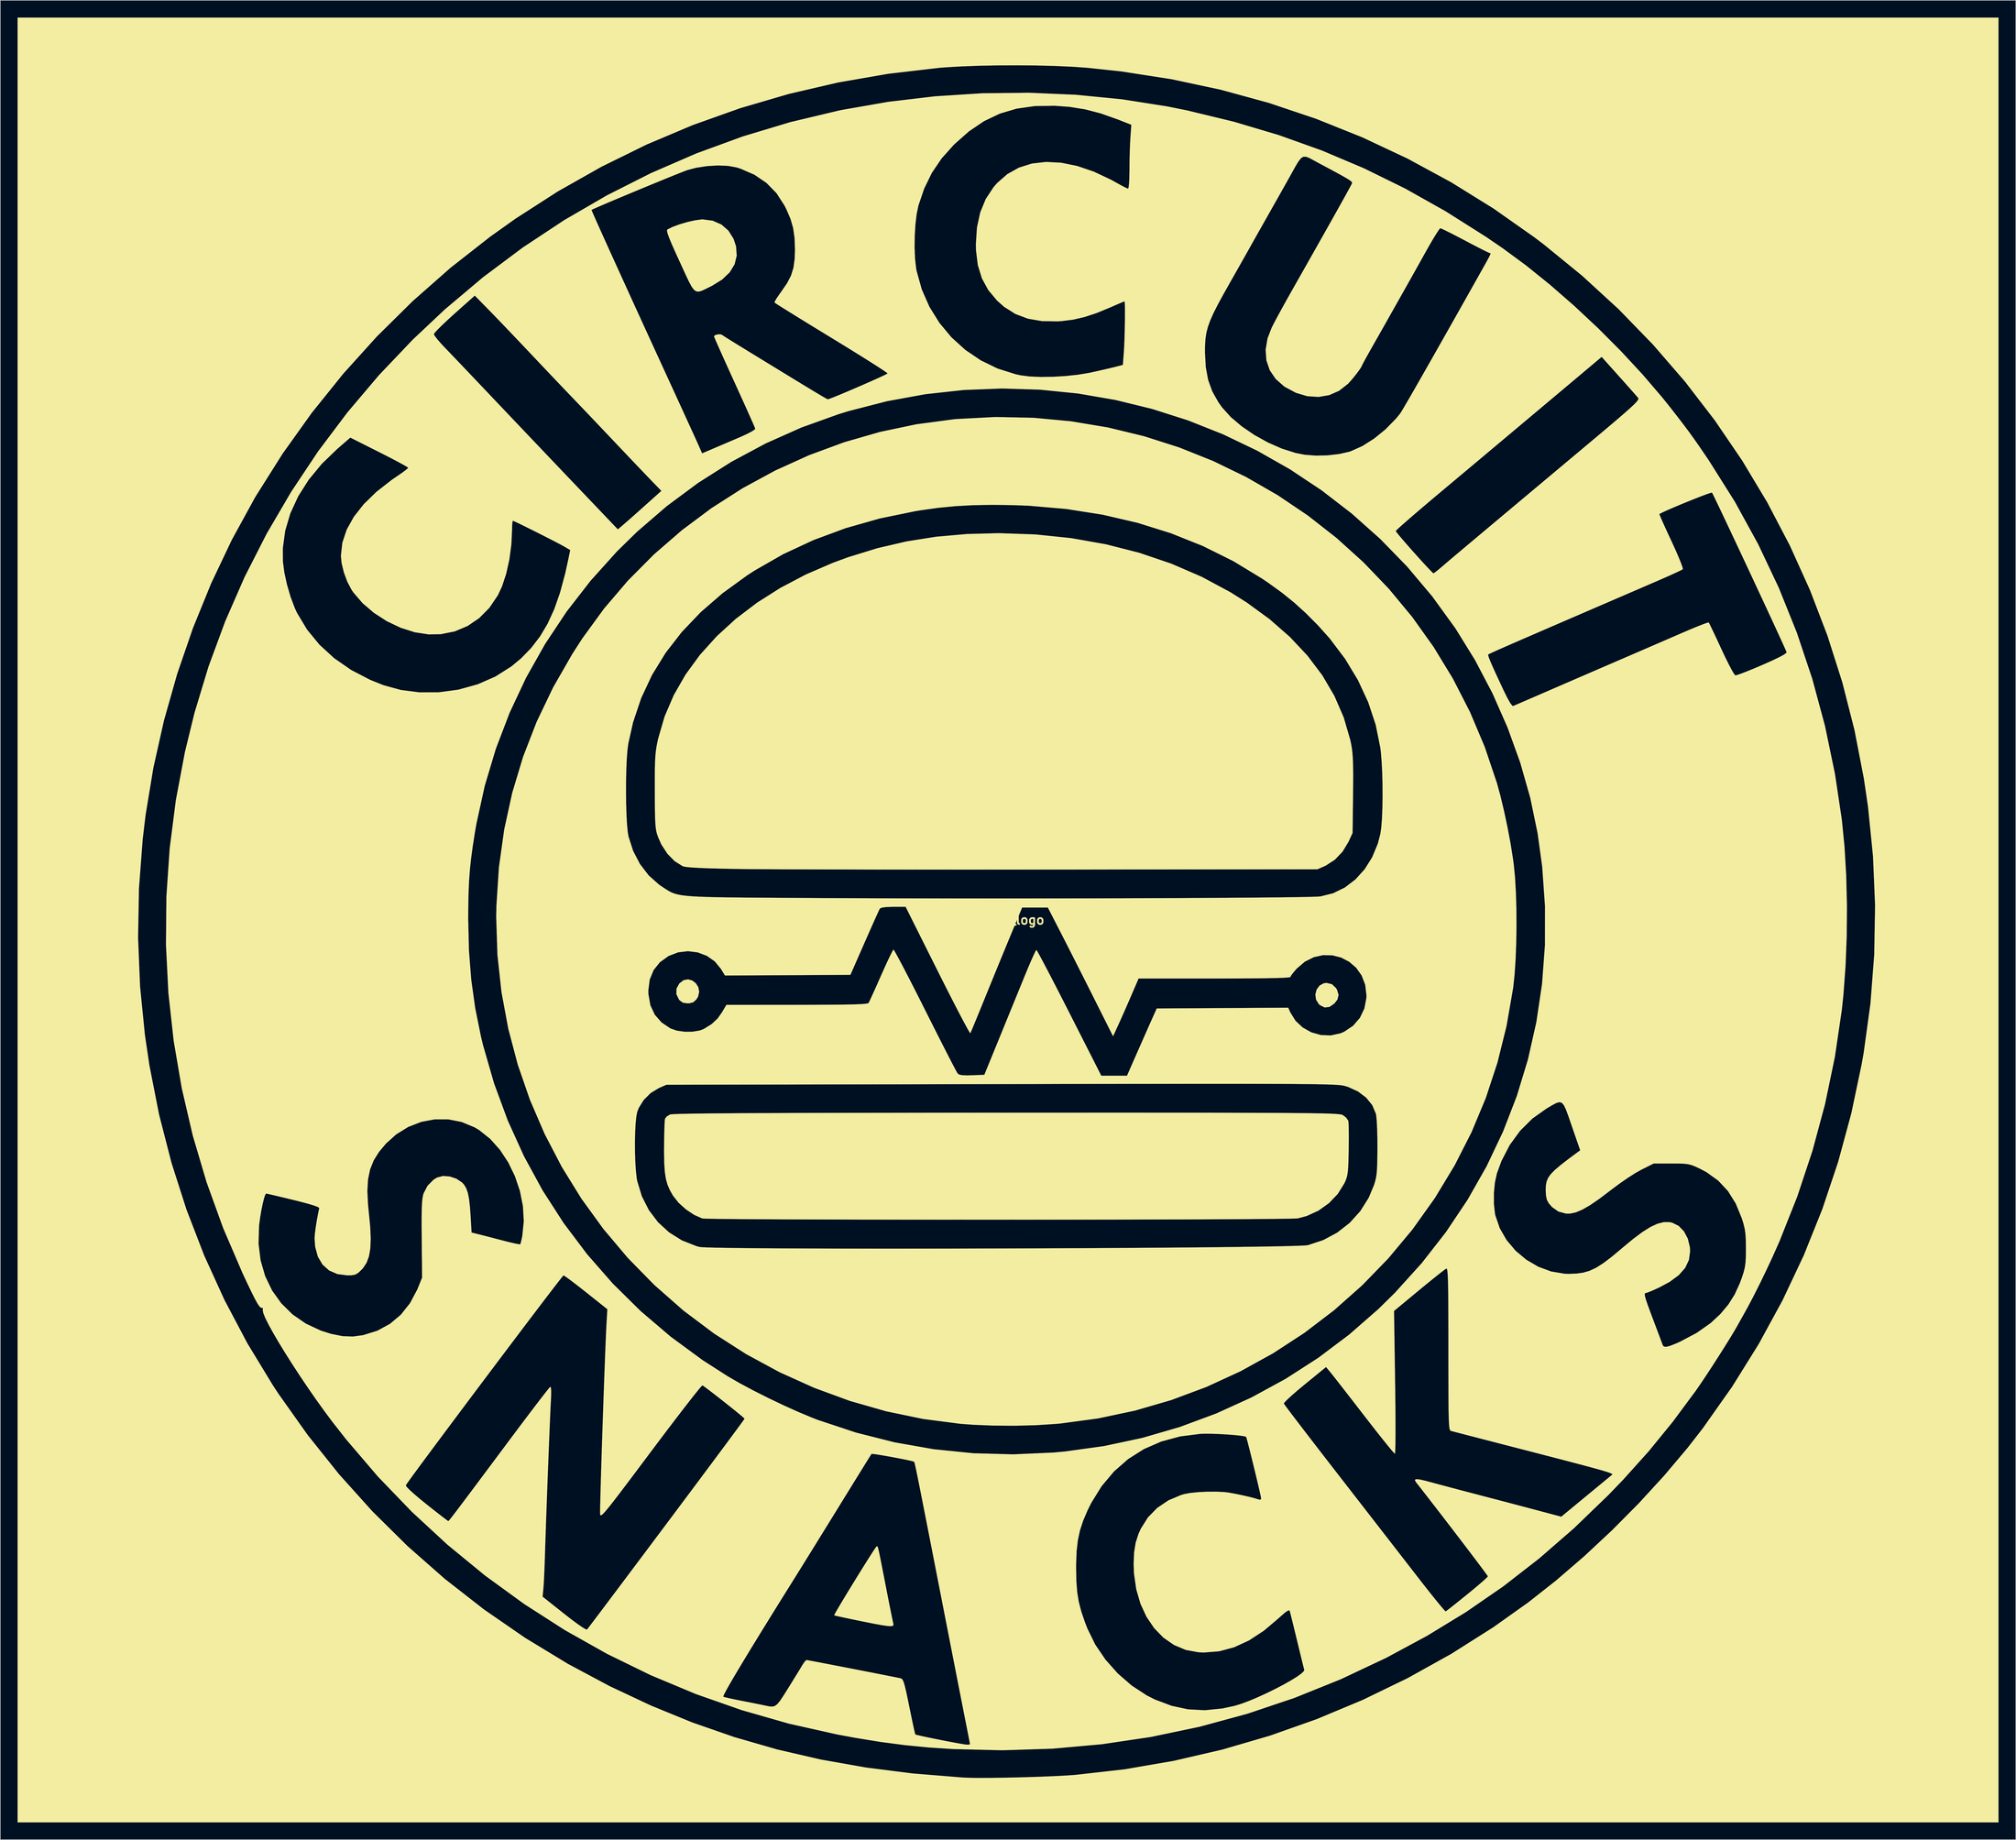
<source format=kicad_pcb>
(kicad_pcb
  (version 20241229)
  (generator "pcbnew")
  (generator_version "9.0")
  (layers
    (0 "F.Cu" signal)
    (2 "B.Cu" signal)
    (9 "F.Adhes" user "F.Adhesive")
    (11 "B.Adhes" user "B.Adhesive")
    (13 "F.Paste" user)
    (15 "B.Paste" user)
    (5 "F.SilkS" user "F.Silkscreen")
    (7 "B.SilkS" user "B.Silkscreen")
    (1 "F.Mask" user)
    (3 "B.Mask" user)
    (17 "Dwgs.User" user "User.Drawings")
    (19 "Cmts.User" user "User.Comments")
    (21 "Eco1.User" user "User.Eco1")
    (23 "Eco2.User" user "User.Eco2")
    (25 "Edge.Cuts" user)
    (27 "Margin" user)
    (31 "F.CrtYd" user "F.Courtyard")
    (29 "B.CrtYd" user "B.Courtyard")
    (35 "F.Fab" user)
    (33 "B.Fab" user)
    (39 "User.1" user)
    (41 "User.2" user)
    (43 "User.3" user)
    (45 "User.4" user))
  (footprint "Small_logo"
    (layer "F.Cu")
    (at 171.963 156.723)
    (property "Reference" "Small_logo" (at 0 0 0) (layer "F.SilkS") (effects (font (size 1.524 1.524) (thickness 0.3))))
    (attr through_hole)
    (fp_poly (pts (xy 56.228 11.154) (xy 56.933 11.819) (xy 57.109 12.112) (xy 57.384 13.006) (xy 57.183 13.829) (xy 56.662 14.498) (xy 55.808 15.096) (xy 54.963 15.193) (xy 54.149 14.786) (xy 53.963 14.617) (xy 53.472 13.831) (xy 53.358 12.948) (xy 53.575 12.095) (xy 54.078 11.4) (xy 54.82 10.989) (xy 55.297 10.93) (xy 56.228 11.154)) (stroke (width 0.01) (type solid)) (fill yes) (layer "F.SilkS"))
    (fp_poly (pts (xy -54.822 10.516) (xy -54.204 10.992) (xy -53.779 11.668) (xy -53.625 12.47) (xy -53.82 13.324) (xy -54.12 13.809) (xy -54.66 14.297) (xy -55.369 14.471) (xy -55.626 14.478) (xy -56.424 14.372) (xy -56.986 13.981) (xy -57.132 13.809) (xy -57.588 12.87) (xy -57.553 11.898) (xy -57.063 11.021) (xy -56.33 10.456) (xy -55.557 10.313) (xy -54.822 10.516)) (stroke (width 0.01) (type solid)) (fill yes) (layer "F.SilkS"))
    (fp_poly (pts (xy -51.265 -121.436) (xy -49.765 -120.773) (xy -48.547 -119.713) (xy -47.657 -118.296) (xy -47.226 -116.988) (xy -47.107 -115.382) (xy -47.476 -113.873) (xy -48.32 -112.484) (xy -49.625 -111.236) (xy -51.377 -110.151) (xy -51.562 -110.06) (xy -52.445 -109.62) (xy -53.13 -109.297) (xy -53.67 -109.133) (xy -54.115 -109.167) (xy -54.518 -109.441) (xy -54.929 -109.993) (xy -55.4 -110.864) (xy -55.984 -112.095) (xy -56.73 -113.727) (xy -57.001 -114.318) (xy -57.821 -116.113) (xy -58.433 -117.499) (xy -58.856 -118.524) (xy -59.108 -119.233) (xy -59.207 -119.673) (xy -59.17 -119.892) (xy -59.142 -119.917) (xy -58.241 -120.364) (xy -57.016 -120.814) (xy -55.65 -121.214) (xy -54.324 -121.513) (xy -53.219 -121.659) (xy -53 -121.666) (xy -51.265 -121.436)) (stroke (width 0.01) (type solid)) (fill yes) (layer "F.SilkS"))
    (fp_poly (pts (xy -22.651 108.846) (xy -22.572 109.064) (xy -22.468 109.476) (xy -22.324 110.135) (xy -22.129 111.093) (xy -21.871 112.402) (xy -21.537 114.114) (xy -21.204 115.824) (xy -20.872 117.521) (xy -20.566 119.068) (xy -20.3 120.39) (xy -20.091 121.411) (xy -19.953 122.057) (xy -19.91 122.237) (xy -19.892 122.456) (xy -20.026 122.594) (xy -20.367 122.646) (xy -20.968 122.607) (xy -21.883 122.474) (xy -23.166 122.24) (xy -24.87 121.903) (xy -25.654 121.743) (xy -27.087 121.447) (xy -28.337 121.183) (xy -29.325 120.969) (xy -29.967 120.822) (xy -30.185 120.762) (xy -30.084 120.535) (xy -29.753 119.946) (xy -29.235 119.062) (xy -28.571 117.951) (xy -27.801 116.679) (xy -26.968 115.315) (xy -26.113 113.926) (xy -25.277 112.579) (xy -24.502 111.342) (xy -23.829 110.282) (xy -23.301 109.466) (xy -22.957 108.963) (xy -22.849 108.832) (xy -22.777 108.783) (xy -22.714 108.77) (xy -22.651 108.846)) (stroke (width 0.01) (type solid)) (fill yes) (layer "F.SilkS"))
    (fp_poly (pts (xy 4.748 -66.956) (xy 10.972 -66.309) (xy 16.997 -65.242) (xy 22.798 -63.763) (xy 28.351 -61.878) (xy 33.632 -59.593) (xy 38.616 -56.916) (xy 41.435 -55.137) (xy 45.423 -52.226) (xy 48.942 -49.144) (xy 51.989 -45.895) (xy 54.562 -42.483) (xy 56.658 -38.912) (xy 58.273 -35.185) (xy 59.406 -31.306) (xy 59.561 -30.58) (xy 59.694 -29.817) (xy 59.793 -28.977) (xy 59.862 -27.986) (xy 59.902 -26.765) (xy 59.918 -25.24) (xy 59.911 -23.335) (xy 59.896 -21.817) (xy 59.817 -15.113) (xy 59.099 -13.559) (xy 58.074 -11.865) (xy 56.735 -10.465) (xy 55.173 -9.452) (xy 54.991 -9.368) (xy 53.721 -8.806) (xy 7.493 -8.759) (xy 2.54 -8.755) (xy -2.362 -8.753) (xy -7.18 -8.752) (xy -11.882 -8.753) (xy -16.437 -8.756) (xy -20.812 -8.76) (xy -24.977 -8.766) (xy -28.899 -8.773) (xy -32.547 -8.782) (xy -35.889 -8.792) (xy -38.893 -8.803) (xy -41.526 -8.815) (xy -43.759 -8.829) (xy -45.558 -8.843) (xy -46.892 -8.859) (xy -47.244 -8.865) (xy -49.863 -8.918) (xy -52.004 -8.978) (xy -53.697 -9.045) (xy -54.972 -9.121) (xy -55.857 -9.207) (xy -56.384 -9.305) (xy -56.487 -9.342) (xy -57.876 -10.212) (xy -59.133 -11.495) (xy -60.181 -13.101) (xy -60.757 -14.393) (xy -60.927 -14.885) (xy -61.057 -15.379) (xy -61.155 -15.947) (xy -61.224 -16.662) (xy -61.27 -17.598) (xy -61.299 -18.826) (xy -61.315 -20.42) (xy -61.323 -22.352) (xy -61.325 -24.395) (xy -61.315 -26.017) (xy -61.287 -27.303) (xy -61.237 -28.339) (xy -61.157 -29.212) (xy -61.044 -30.008) (xy -60.892 -30.814) (xy -60.747 -31.482) (xy -59.628 -35.331) (xy -58.032 -39.052) (xy -55.978 -42.628) (xy -53.486 -46.039) (xy -50.575 -49.268) (xy -47.263 -52.296) (xy -43.572 -55.104) (xy -39.519 -57.675) (xy -35.124 -59.989) (xy -30.406 -62.029) (xy -27.736 -63.008) (xy -22.696 -64.562) (xy -17.646 -65.74) (xy -12.489 -66.558) (xy -7.124 -67.031) (xy -1.651 -67.176) (xy 4.748 -66.956)) (stroke (width 0.01) (type solid)) (fill yes) (layer "F.SilkS"))
    (fp_poly (pts (xy 22.413 33.47) (xy 26.979 33.472) (xy 31.135 33.474) (xy 34.9 33.478) (xy 38.295 33.484) (xy 41.338 33.49) (xy 44.049 33.499) (xy 46.447 33.51) (xy 48.553 33.522) (xy 50.386 33.537) (xy 51.964 33.553) (xy 53.309 33.573) (xy 54.439 33.594) (xy 55.374 33.619) (xy 56.134 33.646) (xy 56.737 33.676) (xy 57.205 33.71) (xy 57.555 33.746) (xy 57.809 33.786) (xy 57.984 33.829) (xy 58.102 33.876) (xy 58.104 33.877) (xy 58.698 34.325) (xy 59.057 34.854) (xy 59.073 34.905) (xy 59.118 35.352) (xy 59.148 36.21) (xy 59.161 37.382) (xy 59.156 38.769) (xy 59.14 39.917) (xy 59.104 41.537) (xy 59.06 42.745) (xy 58.997 43.636) (xy 58.9 44.304) (xy 58.759 44.846) (xy 58.562 45.357) (xy 58.395 45.72) (xy 57.256 47.561) (xy 55.727 49.168) (xy 53.895 50.474) (xy 51.851 51.411) (xy 50.321 51.816) (xy 49.932 51.842) (xy 49.067 51.866) (xy 47.757 51.889) (xy 46.03 51.91) (xy 43.916 51.93) (xy 41.446 51.948) (xy 38.647 51.965) (xy 35.551 51.98) (xy 32.185 51.994) (xy 28.58 52.006) (xy 24.766 52.017) (xy 20.771 52.026) (xy 16.625 52.034) (xy 12.358 52.04) (xy 7.999 52.045) (xy 3.578 52.048) (xy -0.876 52.05) (xy -5.333 52.05) (xy -9.764 52.049) (xy -14.14 52.046) (xy -18.43 52.042) (xy -22.606 52.036) (xy -26.637 52.028) (xy -30.495 52.019) (xy -34.149 52.008) (xy -37.571 51.996) (xy -40.731 51.982) (xy -43.599 51.967) (xy -46.146 51.95) (xy -48.342 51.931) (xy -50.158 51.911) (xy -51.565 51.89) (xy -52.532 51.866) (xy -53.031 51.841) (xy -53.088 51.833) (xy -54.495 51.213) (xy -55.926 50.255) (xy -57.21 49.094) (xy -58.169 47.874) (xy -58.712 46.915) (xy -59.117 45.972) (xy -59.402 44.948) (xy -59.586 43.747) (xy -59.685 42.273) (xy -59.719 40.43) (xy -59.717 39.509) (xy -59.702 38.013) (xy -59.674 36.674) (xy -59.638 35.582) (xy -59.595 34.829) (xy -59.555 34.52) (xy -59.237 34.12) (xy -58.699 33.792) (xy -58.489 33.757) (xy -58.026 33.725) (xy -57.294 33.694) (xy -56.281 33.666) (xy -54.97 33.641) (xy -53.348 33.617) (xy -51.399 33.596) (xy -49.111 33.577) (xy -46.467 33.559) (xy -43.454 33.543) (xy -40.058 33.53) (xy -36.263 33.517) (xy -32.055 33.507) (xy -27.42 33.498) (xy -22.343 33.49) (xy -16.81 33.484) (xy -10.806 33.479) (xy -4.318 33.476) (xy -0.346 33.474) (xy 6.057 33.472) (xy 11.971 33.471) (xy 17.416 33.47) (xy 22.413 33.47)) (stroke (width 0.01) (type solid)) (fill yes) (layer "F.SilkS"))
    (fp_poly (pts (xy 171.958 156.718) (xy -171.958 156.718) (xy -171.958 3.055) (xy -151.044 3.055) (xy -150.699 11.538) (xy -149.855 19.988) (xy -149.071 25.273) (xy -147.398 33.79) (xy -145.253 42.136) (xy -142.642 50.296) (xy -139.57 58.256) (xy -136.042 66.004) (xy -132.065 73.525) (xy -127.642 80.806) (xy -126.662 82.296) (xy -121.592 89.451) (xy -116.161 96.25) (xy -110.376 102.687) (xy -104.245 108.754) (xy -97.775 114.445) (xy -90.974 119.754) (xy -83.849 124.673) (xy -76.408 129.196) (xy -69.151 133.072) (xy -62 136.433) (xy -54.81 139.375) (xy -47.53 141.909) (xy -40.113 144.049) (xy -32.51 145.807) (xy -24.67 147.195) (xy -16.546 148.228) (xy -8.087 148.916) (xy -7.62 148.943) (xy -6.436 148.985) (xy -4.838 149) (xy -2.92 148.993) (xy -0.776 148.964) (xy 1.503 148.917) (xy 3.821 148.853) (xy 6.085 148.775) (xy 8.203 148.685) (xy 10.08 148.585) (xy 11.622 148.478) (xy 11.7 148.472) (xy 20.247 147.505) (xy 28.741 146.042) (xy 37.152 144.094) (xy 45.452 141.671) (xy 53.611 138.785) (xy 61.6 135.446) (xy 69.392 131.667) (xy 76.955 127.457) (xy 84.263 122.828) (xy 90.297 118.538) (xy 95.162 114.705) (xy 100.046 110.496) (xy 104.859 106) (xy 109.512 101.307) (xy 113.917 96.504) (xy 117.984 91.681) (xy 120.638 88.265) (xy 125.716 81.064) (xy 130.33 73.655) (xy 134.48 66.04) (xy 138.165 58.223) (xy 141.382 50.206) (xy 144.131 41.993) (xy 146.411 33.587) (xy 148.219 24.991) (xy 148.571 22.97) (xy 149.733 14.505) (xy 150.387 6.009) (xy 150.535 -2.518) (xy 150.176 -11.076) (xy 149.31 -19.662) (xy 148.591 -24.556) (xy 146.959 -32.989) (xy 144.848 -41.27) (xy 142.268 -49.38) (xy 139.229 -57.303) (xy 135.744 -65.021) (xy 131.821 -72.518) (xy 127.471 -79.776) (xy 122.704 -86.778) (xy 117.532 -93.506) (xy 111.964 -99.944) (xy 106.012 -106.075) (xy 99.684 -111.881) (xy 92.993 -117.345) (xy 91.379 -118.57) (xy 84.285 -123.563) (xy 76.933 -128.123) (xy 69.339 -132.244) (xy 61.521 -135.918) (xy 53.496 -139.14) (xy 45.282 -141.903) (xy 36.895 -144.2) (xy 28.352 -146.024) (xy 19.672 -147.37) (xy 13.725 -148.006) (xy 11.164 -148.186) (xy 8.217 -148.317) (xy 5.005 -148.4) (xy 1.646 -148.433) (xy -1.738 -148.419) (xy -5.03 -148.355) (xy -8.108 -148.243) (xy -10.854 -148.083) (xy -11.938 -147.996) (xy -20.799 -146.963) (xy -29.522 -145.447) (xy -38.093 -143.454) (xy -46.498 -140.99) (xy -54.723 -138.061) (xy -62.753 -134.67) (xy -70.573 -130.825) (xy -78.169 -126.53) (xy -85.527 -121.791) (xy -89.916 -118.666) (xy -96.798 -113.269) (xy -103.354 -107.491) (xy -109.566 -101.354) (xy -115.414 -94.878) (xy -120.88 -88.084) (xy -125.944 -80.994) (xy -130.588 -73.63) (xy -130.795 -73.279) (xy -134.767 -66.024) (xy -138.346 -58.481) (xy -141.514 -50.702) (xy -144.254 -42.738) (xy -146.549 -34.643) (xy -148.382 -26.468) (xy -149.735 -18.267) (xy -150.235 -14.097) (xy -150.889 -5.482) (xy -151.044 3.055) (xy -171.958 3.055) (xy -171.958 -156.718) (xy 171.958 -156.718) (xy 171.958 156.718)) (stroke (width 0.01) (type solid)) (fill yes) (layer "F.SilkS"))
    (fp_poly (pts (xy 4.428 -87.212) (xy 10.947 -86.601) (xy 17.346 -85.531) (xy 23.602 -84.015) (xy 29.697 -82.068) (xy 35.61 -79.703) (xy 41.32 -76.934) (xy 46.806 -73.776) (xy 52.049 -70.241) (xy 57.027 -66.343) (xy 61.721 -62.097) (xy 66.109 -57.516) (xy 70.171 -52.615) (xy 73.887 -47.406) (xy 77.237 -41.903) (xy 80.199 -36.122) (xy 82.753 -30.074) (xy 84.868 -23.809) (xy 85.487 -21.543) (xy 86.109 -18.939) (xy 86.699 -16.166) (xy 87.222 -13.393) (xy 87.642 -10.787) (xy 87.797 -9.652) (xy 88.016 -7.425) (xy 88.168 -4.826) (xy 88.253 -1.979) (xy 88.273 0.994) (xy 88.228 3.968) (xy 88.119 6.82) (xy 87.945 9.426) (xy 87.709 11.663) (xy 87.685 11.84) (xy 86.537 18.447) (xy 84.96 24.796) (xy 82.943 30.917) (xy 80.474 36.844) (xy 77.541 42.607) (xy 74.132 48.239) (xy 74.034 48.387) (xy 70.21 53.748) (xy 66.016 58.775) (xy 61.475 63.453) (xy 56.614 67.766) (xy 51.455 71.702) (xy 46.023 75.245) (xy 40.343 78.381) (xy 34.439 81.096) (xy 28.335 83.374) (xy 22.056 85.201) (xy 15.626 86.564) (xy 9.068 87.447) (xy 8.382 87.51) (xy 4.978 87.732) (xy 1.303 87.832) (xy -2.435 87.81) (xy -6.029 87.666) (xy -8.273 87.499) (xy -14.743 86.659) (xy -21.156 85.327) (xy -27.473 83.518) (xy -33.657 81.249) (xy -39.668 78.535) (xy -45.469 75.392) (xy -51.021 71.835) (xy -56.286 67.88) (xy -56.443 67.753) (xy -61.423 63.371) (xy -66.028 58.668) (xy -70.245 53.669) (xy -74.063 48.4) (xy -77.471 42.885) (xy -79.658 38.685) (xy -64.778 38.685) (xy -64.766 40.436) (xy -64.71 42.129) (xy -64.61 43.65) (xy -64.467 44.888) (xy -64.389 45.317) (xy -63.584 47.98) (xy -62.368 50.382) (xy -60.778 52.487) (xy -58.848 54.257) (xy -56.615 55.654) (xy -54.112 56.641) (xy -53.594 56.783) (xy -53.154 56.83) (xy -52.235 56.872) (xy -50.868 56.911) (xy -49.082 56.945) (xy -46.907 56.975) (xy -44.372 57.001) (xy -41.508 57.023) (xy -38.343 57.042) (xy -34.908 57.056) (xy -31.232 57.068) (xy -27.345 57.075) (xy -23.277 57.08) (xy -19.056 57.081) (xy -14.714 57.078) (xy -10.28 57.073) (xy -5.783 57.064) (xy -1.253 57.053) (xy 3.28 57.038) (xy 7.787 57.021) (xy 12.238 57.001) (xy 16.602 56.979) (xy 20.852 56.954) (xy 24.956 56.926) (xy 28.885 56.896) (xy 32.609 56.864) (xy 36.099 56.829) (xy 39.326 56.793) (xy 42.258 56.754) (xy 44.868 56.714) (xy 47.124 56.671) (xy 48.997 56.627) (xy 50.458 56.581) (xy 51.477 56.534) (xy 52.024 56.485) (xy 52.07 56.476) (xy 54.734 55.595) (xy 57.168 54.289) (xy 59.325 52.6) (xy 61.158 50.571) (xy 62.619 48.246) (xy 63.535 46.063) (xy 63.743 45.389) (xy 63.896 44.74) (xy 64.002 44.019) (xy 64.07 43.127) (xy 64.109 41.969) (xy 64.128 40.448) (xy 64.133 39.548) (xy 64.124 37.777) (xy 64.083 36.198) (xy 64.015 34.899) (xy 63.925 33.969) (xy 63.863 33.633) (xy 63.235 32.156) (xy 62.178 30.852) (xy 60.761 29.779) (xy 59.049 28.996) (xy 58.384 28.8) (xy 58.175 28.754) (xy 57.908 28.711) (xy 57.563 28.673) (xy 57.12 28.638) (xy 56.559 28.606) (xy 55.862 28.577) (xy 55.007 28.551) (xy 53.975 28.529) (xy 52.747 28.509) (xy 51.303 28.493) (xy 49.623 28.479) (xy 47.687 28.467) (xy 45.476 28.459) (xy 42.97 28.452) (xy 40.149 28.448) (xy 36.993 28.447) (xy 33.484 28.447) (xy 29.6 28.45) (xy 25.322 28.454) (xy 20.631 28.46) (xy 15.507 28.468) (xy 9.93 28.478) (xy 3.881 28.489) (xy -1.27 28.499) (xy -59.309 28.613) (xy -60.652 29.201) (xy -62.056 30.058) (xy -63.255 31.255) (xy -64.126 32.657) (xy -64.39 33.357) (xy -64.553 34.212) (xy -64.671 35.46) (xy -64.747 36.989) (xy -64.778 38.685) (xy -79.658 38.685) (xy -80.457 37.15) (xy -83.009 31.22) (xy -85.116 25.12) (xy -86.766 18.874) (xy -87.947 12.509) (xy -87.975 12.248) (xy -62.454 12.248) (xy -62.436 12.903) (xy -62.1 14.815) (xy -61.34 16.447) (xy -60.156 17.8) (xy -58.604 18.844) (xy -57.507 19.224) (xy -56.165 19.411) (xy -54.771 19.403) (xy -53.516 19.196) (xy -52.832 18.936) (xy -51.452 18.079) (xy -50.417 17.107) (xy -49.657 16.025) (xy -48.895 14.742) (xy -36.654 14.737) (xy -33.703 14.733) (xy -31.224 14.723) (xy -29.184 14.706) (xy -27.548 14.681) (xy -26.28 14.647) (xy -25.347 14.604) (xy -24.713 14.55) (xy -24.344 14.485) (xy -24.208 14.415) (xy -24.045 14.091) (xy -23.715 13.38) (xy -23.252 12.36) (xy -22.692 11.11) (xy -22.071 9.707) (xy -22.049 9.657) (xy -21.43 8.27) (xy -20.87 7.053) (xy -20.404 6.079) (xy -20.067 5.421) (xy -19.895 5.152) (xy -19.89 5.149) (xy -19.739 5.356) (xy -19.385 5.973) (xy -18.852 6.957) (xy -18.162 8.263) (xy -17.34 9.847) (xy -16.409 11.665) (xy -15.39 13.673) (xy -14.379 15.686) (xy -13.293 17.849) (xy -12.269 19.88) (xy -11.329 21.733) (xy -10.498 23.36) (xy -9.8 24.714) (xy -9.258 25.749) (xy -8.897 26.419) (xy -8.746 26.67) (xy -8.455 26.864) (xy -7.928 26.966) (xy -7.064 26.991) (xy -6.266 26.97) (xy -4.113 26.888) (xy -1.5 20.493) (xy -0.682 18.489) (xy 0.19 16.354) (xy 1.061 14.22) (xy 1.878 12.217) (xy 2.588 10.478) (xy 2.925 9.652) (xy 3.501 8.262) (xy 4.021 7.05) (xy 4.453 6.089) (xy 4.763 5.45) (xy 4.919 5.207) (xy 4.921 5.207) (xy 5.069 5.427) (xy 5.423 6.056) (xy 5.959 7.052) (xy 6.655 8.37) (xy 7.487 9.966) (xy 8.434 11.798) (xy 9.471 13.82) (xy 10.577 15.99) (xy 10.647 16.129) (xy 16.191 27.051) (xy 20.653 27.051) (xy 22.27 23.368) (xy 22.922 21.887) (xy 23.594 20.364) (xy 24.218 18.952) (xy 24.727 17.805) (xy 24.852 17.526) (xy 25.816 15.367) (xy 37.229 15.301) (xy 48.642 15.235) (xy 49 16.044) (xy 49.913 17.515) (xy 51.165 18.684) (xy 52.664 19.52) (xy 54.317 19.988) (xy 56.032 20.055) (xy 57.715 19.689) (xy 58.37 19.409) (xy 59.911 18.371) (xy 61.092 17.004) (xy 61.873 15.37) (xy 62.217 13.533) (xy 62.23 13.081) (xy 62.011 11.243) (xy 61.396 9.643) (xy 60.452 8.308) (xy 59.243 7.261) (xy 57.837 6.528) (xy 56.297 6.134) (xy 54.69 6.104) (xy 53.081 6.462) (xy 51.536 7.234) (xy 50.121 8.444) (xy 50.102 8.465) (xy 49.537 9.118) (xy 49.146 9.645) (xy 49.022 9.9) (xy 48.772 9.967) (xy 48.02 10.024) (xy 46.767 10.071) (xy 45.01 10.108) (xy 42.748 10.135) (xy 39.981 10.152) (xy 36.708 10.16) (xy 35.843 10.16) (xy 22.665 10.16) (xy 21.382 13.145) (xy 20.783 14.527) (xy 20.147 15.974) (xy 19.558 17.297) (xy 19.167 18.161) (xy 18.235 20.193) (xy 14.73 13.208) (xy 13.724 11.205) (xy 12.669 9.114) (xy 11.62 7.041) (xy 10.634 5.097) (xy 9.765 3.39) (xy 9.069 2.032) (xy 6.913 -2.159) (xy 2.444 -2.159) (xy 0.44 2.667) (xy -0.269 4.38) (xy -1.105 6.412) (xy -2.007 8.61) (xy -2.911 10.822) (xy -3.755 12.895) (xy -3.985 13.462) (xy -4.651 15.099) (xy -5.257 16.582) (xy -5.778 17.847) (xy -6.185 18.827) (xy -6.452 19.456) (xy -6.547 19.664) (xy -6.684 19.491) (xy -7.025 18.905) (xy -7.546 17.949) (xy -8.226 16.664) (xy -9.043 15.094) (xy -9.974 13.282) (xy -10.996 11.268) (xy -12.089 9.096) (xy -12.234 8.806) (xy -17.781 -2.286) (xy -19.925 -2.286) (xy -21.199 -2.247) (xy -21.981 -2.129) (xy -22.265 -1.968) (xy -22.419 -1.655) (xy -22.745 -0.943) (xy -23.213 0.096) (xy -23.792 1.396) (xy -24.452 2.887) (xy -24.914 3.937) (xy -27.366 9.525) (xy -49.149 9.64) (xy -49.837 8.504) (xy -50.911 7.195) (xy -52.286 6.229) (xy -53.87 5.628) (xy -55.569 5.417) (xy -57.29 5.618) (xy -58.939 6.254) (xy -58.941 6.255) (xy -60.447 7.338) (xy -61.543 8.712) (xy -62.216 10.356) (xy -62.454 12.248) (xy -87.975 12.248) (xy -88.648 6.048) (xy -88.858 -0.482) (xy -88.825 -2.413) (xy -88.39 -9.13) (xy -87.476 -15.683) (xy -86.079 -22.08) (xy -86.068 -22.116) (xy -66.331 -22.116) (xy -66.306 -20.114) (xy -66.247 -18.24) (xy -66.154 -16.594) (xy -66.028 -15.275) (xy -65.897 -14.498) (xy -65.089 -11.985) (xy -63.904 -9.709) (xy -62.387 -7.734) (xy -60.582 -6.128) (xy -60.092 -5.793) (xy -59.614 -5.48) (xy -59.191 -5.204) (xy -58.786 -4.963) (xy -58.368 -4.755) (xy -57.9 -4.577) (xy -57.35 -4.426) (xy -56.683 -4.3) (xy -55.865 -4.196) (xy -54.863 -4.111) (xy -53.641 -4.044) (xy -52.166 -3.99) (xy -50.403 -3.949) (xy -48.319 -3.916) (xy -45.88 -3.89) (xy -43.052 -3.868) (xy -39.799 -3.847) (xy -36.089 -3.825) (xy -34.163 -3.813) (xy -30.355 -3.792) (xy -26.342 -3.775) (xy -22.155 -3.76) (xy -17.824 -3.749) (xy -13.377 -3.741) (xy -8.844 -3.735) (xy -4.256 -3.733) (xy 0.359 -3.733) (xy 4.971 -3.737) (xy 9.551 -3.742) (xy 14.068 -3.751) (xy 18.493 -3.762) (xy 22.797 -3.775) (xy 26.95 -3.79) (xy 30.923 -3.808) (xy 34.685 -3.827) (xy 38.208 -3.849) (xy 41.461 -3.873) (xy 44.415 -3.898) (xy 47.041 -3.925) (xy 49.309 -3.954) (xy 51.19 -3.984) (xy 52.653 -4.016) (xy 53.67 -4.049) (xy 54.21 -4.083) (xy 54.229 -4.086) (xy 56.434 -4.635) (xy 58.478 -5.634) (xy 60.319 -7.039) (xy 61.914 -8.804) (xy 63.221 -10.886) (xy 64.197 -13.241) (xy 64.642 -14.939) (xy 64.804 -16.065) (xy 64.922 -17.59) (xy 64.997 -19.409) (xy 65.03 -21.413) (xy 65.019 -23.497) (xy 64.966 -25.553) (xy 64.87 -27.476) (xy 64.731 -29.158) (xy 64.636 -29.944) (xy 63.828 -33.92) (xy 62.528 -37.835) (xy 60.754 -41.657) (xy 58.521 -45.355) (xy 55.846 -48.897) (xy 53.829 -51.152) (xy 51.732 -53.263) (xy 49.704 -55.108) (xy 47.587 -56.82) (xy 45.224 -58.53) (xy 44.082 -59.305) (xy 39.117 -62.319) (xy 33.844 -64.941) (xy 28.286 -67.164) (xy 22.464 -68.983) (xy 16.403 -70.39) (xy 10.124 -71.378) (xy 3.652 -71.94) (xy 0.889 -72.048) (xy -2.782 -72.096) (xy -6.088 -72.039) (xy -9.163 -71.869) (xy -12.139 -71.578) (xy -15.151 -71.158) (xy -16.11 -71) (xy -22.282 -69.729) (xy -28.172 -68.057) (xy -33.767 -65.987) (xy -39.056 -63.525) (xy -44.024 -60.677) (xy -45.344 -59.818) (xy -49.581 -56.739) (xy -53.344 -53.475) (xy -56.636 -50.025) (xy -59.457 -46.387) (xy -61.808 -42.56) (xy -63.69 -38.543) (xy -65.103 -34.334) (xy -65.937 -30.607) (xy -66.086 -29.441) (xy -66.2 -27.91) (xy -66.278 -26.113) (xy -66.322 -24.149) (xy -66.331 -22.116) (xy -86.068 -22.116) (xy -84.199 -28.325) (xy -81.833 -34.426) (xy -78.979 -40.387) (xy -75.635 -46.217) (xy -73.906 -48.895) (xy -70.139 -54.071) (xy -65.985 -58.939) (xy -61.472 -63.481) (xy -56.63 -67.681) (xy -51.485 -71.522) (xy -46.068 -74.987) (xy -40.406 -78.059) (xy -34.528 -80.723) (xy -28.462 -82.961) (xy -22.237 -84.756) (xy -15.882 -86.093) (xy -9.424 -86.953) (xy -8.89 -87.002) (xy -2.191 -87.351) (xy 4.428 -87.212)) (stroke (width 0.01) (type solid)) (fill yes) (layer "F.SilkS"))
    (fp_poly (pts (xy 11.782 -143.31) (xy 19.775 -142.523) (xy 27.593 -141.297) (xy 31.115 -140.587) (xy 39.209 -138.628) (xy 46.984 -136.316) (xy 54.494 -133.628) (xy 61.794 -130.54) (xy 68.94 -127.027) (xy 75.988 -123.065) (xy 82.991 -118.631) (xy 85.873 -116.662) (xy 89.923 -113.682) (xy 94.09 -110.321) (xy 98.286 -106.661) (xy 102.425 -102.787) (xy 106.417 -98.781) (xy 110.175 -94.727) (xy 113.612 -90.709) (xy 114.958 -89.027) (xy 116.265 -87.349) (xy 117.342 -85.945) (xy 118.278 -84.691) (xy 119.161 -83.466) (xy 120.081 -82.147) (xy 121.126 -80.612) (xy 121.703 -79.756) (xy 126.187 -72.635) (xy 130.226 -65.273) (xy 133.816 -57.685) (xy 136.95 -49.885) (xy 139.624 -41.889) (xy 141.831 -33.711) (xy 143.567 -25.366) (xy 144.761 -17.399) (xy 145.221 -12.742) (xy 145.516 -7.741) (xy 145.645 -2.535) (xy 145.608 2.74) (xy 145.405 7.947) (xy 145.037 12.949) (xy 144.757 15.621) (xy 143.544 23.815) (xy 141.841 31.985) (xy 139.661 40.075) (xy 137.021 48.029) (xy 133.937 55.793) (xy 132.8 58.355) (xy 131.671 60.781) (xy 130.519 63.161) (xy 129.403 65.377) (xy 128.384 67.306) (xy 127.888 68.199) (xy 127.416 69.038) (xy 126.867 70.02) (xy 126.609 70.485) (xy 126.044 71.462) (xy 125.257 72.76) (xy 124.31 74.281) (xy 123.267 75.925) (xy 122.192 77.594) (xy 121.147 79.188) (xy 120.195 80.609) (xy 119.401 81.759) (xy 119.399 81.762) (xy 115.365 87.2) (xy 111.202 92.301) (xy 106.768 97.232) (xy 104.182 99.914) (xy 98.255 105.632) (xy 92.206 110.89) (xy 85.978 115.728) (xy 79.511 120.19) (xy 72.748 124.318) (xy 65.659 128.14) (xy 57.752 131.868) (xy 49.709 135.107) (xy 41.537 137.856) (xy 33.243 140.112) (xy 24.831 141.876) (xy 16.311 143.145) (xy 7.686 143.918) (xy -1.035 144.194) (xy -9.525 143.988) (xy -13.81 143.706) (xy -17.989 143.295) (xy -22.219 142.736) (xy -26.656 142.01) (xy -29.718 141.441) (xy -38.061 139.569) (xy -46.237 137.225) (xy -53.001 134.85) (xy -49.447 134.85) (xy -49.441 134.898) (xy -49.087 135.004) (xy -48.345 135.178) (xy -47.326 135.396) (xy -46.228 135.616) (xy -44.95 135.866) (xy -43.746 136.107) (xy -42.767 136.306) (xy -42.242 136.417) (xy -41.511 136.57) (xy -40.954 136.619) (xy -40.495 136.511) (xy -40.06 136.191) (xy -39.577 135.604) (xy -38.972 134.697) (xy -38.169 133.415) (xy -38.168 133.413) (xy -37.417 132.202) (xy -36.723 131.077) (xy -36.151 130.141) (xy -35.761 129.496) (xy -35.675 129.35) (xy -35.313 128.814) (xy -35.024 128.535) (xy -34.982 128.524) (xy -34.705 128.571) (xy -34.001 128.702) (xy -32.942 128.903) (xy -31.601 129.16) (xy -30.049 129.46) (xy -28.358 129.787) (xy -26.6 130.129) (xy -24.847 130.472) (xy -23.17 130.8) (xy -21.643 131.101) (xy -20.336 131.36) (xy -19.321 131.563) (xy -18.671 131.697) (xy -18.648 131.702) (xy -18.453 131.789) (xy -18.279 132.004) (xy -18.105 132.412) (xy -17.912 133.081) (xy -17.678 134.074) (xy -17.385 135.46) (xy -17.156 136.583) (xy -16.851 138.071) (xy -16.577 139.381) (xy -16.349 140.433) (xy -16.185 141.15) (xy -16.101 141.452) (xy -16.099 141.456) (xy -15.828 141.54) (xy -15.156 141.697) (xy -14.181 141.907) (xy -13.002 142.151) (xy -11.716 142.409) (xy -10.422 142.661) (xy -9.218 142.889) (xy -8.204 143.072) (xy -7.476 143.191) (xy -7.176 143.227) (xy -6.729 143.208) (xy -6.604 143.146) (xy -6.651 142.869) (xy -6.779 142.192) (xy -6.969 141.215) (xy -7.203 140.035) (xy -7.228 139.907) (xy -7.383 139.128) (xy -7.625 137.899) (xy -7.945 136.271) (xy -8.333 134.293) (xy -8.78 132.015) (xy -9.275 129.486) (xy -9.81 126.756) (xy -10.374 123.875) (xy -10.957 120.892) (xy -11.302 119.126) (xy -12.098 115.052) (xy -12.568 112.649) (xy 11.816 112.649) (xy 11.86 114.857) (xy 12.004 116.728) (xy 12.28 118.425) (xy 12.719 120.115) (xy 13.352 121.963) (xy 13.778 123.063) (xy 15.137 125.839) (xy 16.921 128.465) (xy 19.055 130.864) (xy 21.465 132.959) (xy 24.078 134.671) (xy 25.497 135.387) (xy 28.389 136.476) (xy 31.262 137.094) (xy 34.185 137.246) (xy 37.226 136.938) (xy 39.331 136.486) (xy 40.48 136.136) (xy 41.824 135.634) (xy 43.295 135.017) (xy 44.823 134.319) (xy 46.341 133.576) (xy 47.78 132.825) (xy 49.071 132.099) (xy 50.147 131.435) (xy 50.937 130.867) (xy 51.375 130.433) (xy 51.434 130.224) (xy 51.345 129.893) (xy 51.158 129.148) (xy 50.893 128.072) (xy 50.57 126.746) (xy 50.208 125.25) (xy 50.17 125.095) (xy 49.804 123.583) (xy 49.473 122.23) (xy 49.196 121.116) (xy 48.995 120.324) (xy 48.889 119.936) (xy 48.885 119.923) (xy 48.648 119.904) (xy 48.089 120.278) (xy 47.209 121.045) (xy 46.999 121.241) (xy 44.415 123.431) (xy 41.836 125.119) (xy 39.25 126.309) (xy 36.644 127.007) (xy 34.007 127.217) (xy 33.072 127.177) (xy 30.857 126.768) (xy 28.819 125.912) (xy 26.987 124.646) (xy 25.388 123.007) (xy 24.049 121.034) (xy 22.997 118.764) (xy 22.261 116.235) (xy 21.868 113.484) (xy 21.808 111.749) (xy 21.895 109.798) (xy 22.16 108.157) (xy 22.639 106.652) (xy 23.059 105.709) (xy 24.288 103.762) (xy 25.903 102.108) (xy 27.851 100.791) (xy 30.074 99.855) (xy 30.628 99.697) (xy 31.676 99.505) (xy 33.06 99.369) (xy 34.607 99.294) (xy 36.148 99.286) (xy 37.511 99.351) (xy 38.236 99.437) (xy 39.406 99.649) (xy 40.654 99.905) (xy 41.828 100.173) (xy 42.778 100.416) (xy 43.286 100.576) (xy 43.766 100.704) (xy 43.934 100.554) (xy 43.942 100.44) (xy 43.885 100.111) (xy 43.726 99.388) (xy 43.489 98.361) (xy 43.195 97.116) (xy 42.865 95.744) (xy 42.52 94.332) (xy 42.183 92.968) (xy 41.875 91.742) (xy 41.617 90.741) (xy 41.431 90.054) (xy 41.339 89.769) (xy 41.337 89.767) (xy 40.994 89.658) (xy 40.249 89.546) (xy 39.21 89.441) (xy 37.984 89.348) (xy 36.677 89.275) (xy 35.397 89.229) (xy 34.249 89.217) (xy 33.401 89.241) (xy 29.874 89.689) (xy 26.596 90.575) (xy 23.58 91.891) (xy 20.841 93.627) (xy 18.395 95.772) (xy 16.256 98.316) (xy 14.437 101.25) (xy 13.815 102.506) (xy 13.047 104.306) (xy 12.491 105.993) (xy 12.12 107.71) (xy 11.906 109.596) (xy 11.821 111.792) (xy 11.816 112.649) (xy -12.568 112.649) (xy -12.802 111.448) (xy -13.421 108.285) (xy -13.96 105.534) (xy -14.425 103.165) (xy -14.821 101.15) (xy -15.155 99.461) (xy -15.432 98.068) (xy -15.658 96.941) (xy -15.839 96.053) (xy -15.98 95.375) (xy -16.088 94.877) (xy -16.168 94.53) (xy -16.226 94.306) (xy -16.268 94.176) (xy -16.299 94.11) (xy -16.316 94.089) (xy -16.604 93.992) (xy -17.277 93.835) (xy -18.227 93.638) (xy -19.345 93.42) (xy -20.524 93.202) (xy -21.656 93.003) (xy -22.633 92.843) (xy -23.348 92.743) (xy -23.692 92.721) (xy -23.706 92.727) (xy -23.858 92.964) (xy -24.242 93.577) (xy -24.822 94.511) (xy -25.565 95.71) (xy -26.436 97.118) (xy -27.399 98.679) (xy -27.556 98.933) (xy -29.381 101.893) (xy -31.065 104.621) (xy -32.586 107.084) (xy -33.924 109.249) (xy -35.061 111.084) (xy -35.975 112.557) (xy -36.647 113.635) (xy -36.744 113.792) (xy -39.02 117.436) (xy -41.093 120.772) (xy -42.955 123.787) (xy -44.598 126.469) (xy -46.016 128.805) (xy -47.2 130.782) (xy -48.142 132.388) (xy -48.836 133.61) (xy -49.274 134.434) (xy -49.447 134.85) (xy -53.001 134.85) (xy -54.23 134.418) (xy -62.021 131.161) (xy -69.591 127.465) (xy -76.923 123.34) (xy -83.998 118.798) (xy -90.799 113.851) (xy -97.308 108.509) (xy -103.505 102.784) (xy -107.929 98.188) (xy -104.563 98.188) (xy -104.413 98.453) (xy -103.902 98.981) (xy -103.075 99.729) (xy -101.979 100.656) (xy -100.996 101.452) (xy -99.826 102.38) (xy -98.796 103.188) (xy -97.971 103.825) (xy -97.413 104.244) (xy -97.187 104.394) (xy -97.142 104.37) (xy -97.05 104.278) (xy -96.891 104.091) (xy -96.644 103.782) (xy -96.288 103.323) (xy -95.802 102.686) (xy -95.166 101.845) (xy -94.358 100.771) (xy -93.358 99.437) (xy -92.145 97.816) (xy -90.699 95.879) (xy -88.998 93.6) (xy -87.022 90.951) (xy -86.25 89.916) (xy -84.866 88.065) (xy -83.57 86.344) (xy -82.395 84.793) (xy -81.374 83.456) (xy -80.539 82.375) (xy -79.921 81.592) (xy -79.555 81.149) (xy -79.468 81.064) (xy -79.361 81.259) (xy -79.319 81.915) (xy -79.344 82.991) (xy -79.369 83.477) (xy -79.418 84.411) (xy -79.482 85.784) (xy -79.558 87.529) (xy -79.644 89.578) (xy -79.736 91.861) (xy -79.833 94.311) (xy -79.931 96.86) (xy -80.028 99.44) (xy -80.121 101.983) (xy -80.208 104.42) (xy -80.287 106.683) (xy -80.353 108.704) (xy -80.389 109.855) (xy -80.443 111.482) (xy -80.504 113.036) (xy -80.567 114.406) (xy -80.627 115.48) (xy -80.673 116.1) (xy -80.812 117.519) (xy -77.069 120.492) (xy -75.776 121.497) (xy -74.682 122.307) (xy -73.836 122.886) (xy -73.288 123.2) (xy -73.097 123.237) (xy -72.915 123.004) (xy -72.45 122.394) (xy -71.725 121.435) (xy -70.762 120.158) (xy -69.583 118.591) (xy -68.21 116.764) (xy -66.665 114.706) (xy -64.971 112.446) (xy -63.148 110.014) (xy -61.22 107.439) (xy -59.3 104.875) (xy -57.296 102.195) (xy -55.381 99.632) (xy -53.578 97.215) (xy -51.907 94.973) (xy -50.39 92.934) (xy -49.049 91.129) (xy -47.905 89.585) (xy -46.981 88.333) (xy -46.297 87.401) (xy -45.875 86.818) (xy -45.737 86.614) (xy -45.928 86.422) (xy -46.445 85.981) (xy -47.21 85.352) (xy -48.146 84.598) (xy -49.177 83.778) (xy -50.224 82.953) (xy -51.211 82.186) (xy -52.061 81.536) (xy -52.695 81.065) (xy -53.038 80.833) (xy -53.064 80.822) (xy -53.259 81.004) (xy -53.729 81.558) (xy -54.446 82.448) (xy -55.383 83.639) (xy -56.511 85.095) (xy -57.803 86.779) (xy -59.231 88.657) (xy -60.768 90.692) (xy -62.03 92.374) (xy -63.878 94.842) (xy -65.445 96.931) (xy -66.756 98.668) (xy -67.833 100.083) (xy -68.7 101.205) (xy -69.379 102.061) (xy -69.894 102.679) (xy -70.268 103.089) (xy -70.524 103.319) (xy -70.685 103.397) (xy -70.774 103.352) (xy -70.815 103.211) (xy -70.82 103.163) (xy -70.825 102.772) (xy -70.813 101.925) (xy -70.784 100.678) (xy -70.742 99.082) (xy -70.688 97.192) (xy -70.624 95.06) (xy -70.551 92.739) (xy -70.471 90.283) (xy -70.387 87.745) (xy -70.299 85.177) (xy -70.21 82.634) (xy -70.122 80.168) (xy -70.035 77.833) (xy -69.953 75.681) (xy -69.877 73.766) (xy -69.808 72.141) (xy -69.749 70.86) (xy -69.713 70.185) (xy -69.564 67.6) (xy -73.251 64.661) (xy -74.429 63.732) (xy -75.478 62.923) (xy -76.33 62.286) (xy -76.919 61.869) (xy -77.178 61.722) (xy -77.355 61.92) (xy -77.81 62.49) (xy -78.516 63.397) (xy -79.445 64.607) (xy -80.572 66.083) (xy -81.871 67.791) (xy -83.314 69.695) (xy -84.876 71.761) (xy -86.53 73.952) (xy -88.249 76.235) (xy -90.008 78.574) (xy -91.78 80.933) (xy -93.538 83.278) (xy -95.256 85.573) (xy -96.908 87.783) (xy -98.467 89.873) (xy -99.907 91.808) (xy -101.201 93.553) (xy -102.323 95.072) (xy -103.247 96.33) (xy -103.946 97.293) (xy -104.393 97.925) (xy -104.563 98.188) (xy -107.929 98.188) (xy -109.374 96.686) (xy -114.896 90.228) (xy -117.328 87.122) (xy -118.719 85.254) (xy -120.137 83.276) (xy -121.552 81.235) (xy -122.937 79.177) (xy -124.261 77.15) (xy -125.496 75.2) (xy -126.612 73.374) (xy -127.58 71.719) (xy -128.372 70.282) (xy -128.958 69.109) (xy -129.308 68.249) (xy -129.395 67.747) (xy -129.384 67.708) (xy -129.375 67.384) (xy -129.555 67.363) (xy -129.744 67.319) (xy -129.986 67.082) (xy -130.306 66.606) (xy -130.729 65.846) (xy -131.28 64.757) (xy -131.984 63.294) (xy -132.866 61.413) (xy -132.899 61.341) (xy -135.104 56.209) (xy -130.131 56.209) (xy -129.77 59.134) (xy -128.976 61.859) (xy -127.774 64.351) (xy -126.183 66.576) (xy -124.228 68.502) (xy -121.93 70.094) (xy -119.311 71.319) (xy -117.52 71.884) (xy -115.542 72.279) (xy -113.746 72.347) (xy -111.963 72.103) (xy -109.493 71.333) (xy -107.304 70.143) (xy -105.41 68.546) (xy -103.825 66.552) (xy -102.562 64.174) (xy -102.412 63.811) (xy -101.727 62.103) (xy -101.792 55.379) (xy -101.808 53.24) (xy -101.807 51.543) (xy -101.786 50.225) (xy -101.743 49.221) (xy -101.676 48.467) (xy -101.581 47.897) (xy -101.468 47.483) (xy -100.783 46.164) (xy -99.742 45.111) (xy -99.14 44.735) (xy -98.112 44.465) (xy -96.934 44.548) (xy -95.772 44.939) (xy -94.791 45.594) (xy -94.43 45.994) (xy -94.066 46.613) (xy -93.788 47.411) (xy -93.578 48.473) (xy -93.419 49.884) (xy -93.308 51.464) (xy -93.144 54.287) (xy -92.101 54.541) (xy -91.448 54.706) (xy -90.441 54.964) (xy -89.219 55.281) (xy -87.932 55.618) (xy -86.746 55.92) (xy -85.749 56.155) (xy -85.037 56.3) (xy -84.705 56.336) (xy -84.695 56.332) (xy -84.59 56.041) (xy -84.439 55.409) (xy -84.33 54.873) (xy -84.072 52.321) (xy -84.222 49.689) (xy -84.745 47.056) (xy -85.609 44.495) (xy -86.779 42.084) (xy -88.224 39.896) (xy -89.91 38.009) (xy -91.803 36.498) (xy -92.615 36.013) (xy -94.843 35.085) (xy -97.173 34.625) (xy -99.541 34.622) (xy -101.881 35.062) (xy -104.131 35.935) (xy -106.223 37.229) (xy -107.986 38.814) (xy -109.213 40.277) (xy -110.131 41.752) (xy -110.76 43.321) (xy -111.121 45.068) (xy -111.235 47.075) (xy -111.122 49.426) (xy -110.984 50.787) (xy -110.742 53.285) (xy -110.653 55.352) (xy -110.723 57.045) (xy -110.961 58.419) (xy -111.372 59.53) (xy -111.965 60.435) (xy -112.263 60.76) (xy -112.854 61.309) (xy -113.355 61.595) (xy -113.979 61.703) (xy -114.715 61.716) (xy -116.436 61.495) (xy -117.878 60.861) (xy -119.017 59.841) (xy -119.829 58.462) (xy -120.292 56.749) (xy -120.396 55.289) (xy -120.344 54.534) (xy -120.207 53.448) (xy -120.009 52.195) (xy -119.776 50.94) (xy -119.581 50.042) (xy -119.797 49.855) (xy -120.512 49.582) (xy -121.725 49.223) (xy -123.436 48.778) (xy -124.079 48.62) (xy -125.533 48.268) (xy -126.814 47.962) (xy -127.841 47.72) (xy -128.533 47.561) (xy -128.811 47.503) (xy -128.974 47.734) (xy -129.182 48.367) (xy -129.412 49.301) (xy -129.643 50.435) (xy -129.851 51.667) (xy -130.014 52.898) (xy -130.038 53.117) (xy -130.131 56.209) (xy -135.104 56.209) (xy -136.268 53.499) (xy -139.15 45.525) (xy -141.542 37.439) (xy -143.445 29.257) (xy -144.855 20.999) (xy -145.773 12.681) (xy -146.195 4.322) (xy -146.156 -0.035) (xy -93.726 -0.035) (xy -93.597 5.326) (xy -93.198 10.39) (xy -92.513 15.299) (xy -91.524 20.196) (xy -91.158 21.717) (xy -89.238 28.376) (xy -86.865 34.817) (xy -84.05 41.021) (xy -80.807 46.973) (xy -77.147 52.655) (xy -73.083 58.052) (xy -68.627 63.146) (xy -63.791 67.921) (xy -58.588 72.359) (xy -53.03 76.446) (xy -48.634 79.269) (xy -46.58 80.453) (xy -44.188 81.73) (xy -41.598 83.035) (xy -38.949 84.3) (xy -36.38 85.456) (xy -34.031 86.438) (xy -33 86.836) (xy -26.394 89.028) (xy -19.69 90.723) (xy -12.901 91.919) (xy -6.039 92.614) (xy 0.883 92.806) (xy 7.853 92.495) (xy 9.906 92.308) (xy 16.67 91.369) (xy 23.315 89.949) (xy 29.816 88.059) (xy 36.145 85.712) (xy 39.954 83.978) (xy 47.877 83.978) (xy 47.877 83.982) (xy 48.046 84.229) (xy 48.498 84.842) (xy 49.208 85.784) (xy 50.149 87.019) (xy 51.291 88.513) (xy 52.609 90.228) (xy 54.075 92.13) (xy 55.662 94.183) (xy 57.304 96.301) (xy 59.157 98.689) (xy 61.056 101.136) (xy 62.953 103.582) (xy 64.801 105.964) (xy 66.552 108.222) (xy 68.158 110.292) (xy 69.571 112.115) (xy 70.744 113.629) (xy 71.218 114.24) (xy 72.382 115.733) (xy 73.45 117.083) (xy 74.381 118.241) (xy 75.134 119.157) (xy 75.671 119.783) (xy 75.951 120.07) (xy 75.978 120.082) (xy 76.225 119.908) (xy 76.799 119.464) (xy 77.635 118.804) (xy 78.666 117.979) (xy 79.736 117.114) (xy 80.878 116.176) (xy 81.869 115.34) (xy 82.647 114.66) (xy 83.148 114.192) (xy 83.312 113.994) (xy 83.163 113.764) (xy 82.74 113.181) (xy 82.08 112.294) (xy 81.222 111.152) (xy 80.201 109.803) (xy 79.056 108.298) (xy 77.824 106.684) (xy 76.542 105.01) (xy 75.247 103.326) (xy 73.977 101.679) (xy 72.769 100.12) (xy 71.66 98.696) (xy 70.795 97.593) (xy 70.63 97.259) (xy 70.837 97.117) (xy 71.447 97.165) (xy 72.49 97.402) (xy 72.829 97.493) (xy 74.598 97.97) (xy 76.786 98.554) (xy 79.321 99.223) (xy 82.131 99.96) (xy 83.566 100.335) (xy 84.908 100.686) (xy 86.579 101.125) (xy 88.416 101.61) (xy 90.256 102.097) (xy 91.394 102.4) (xy 96.048 103.638) (xy 100.411 100.035) (xy 101.68 98.988) (xy 102.815 98.051) (xy 103.757 97.273) (xy 104.45 96.702) (xy 104.836 96.384) (xy 104.895 96.335) (xy 104.923 96.267) (xy 104.831 96.179) (xy 104.584 96.061) (xy 104.147 95.903) (xy 103.485 95.696) (xy 102.563 95.43) (xy 101.346 95.094) (xy 99.798 94.679) (xy 97.886 94.174) (xy 95.573 93.57) (xy 92.825 92.857) (xy 90.858 92.348) (xy 88.314 91.69) (xy 85.91 91.069) (xy 83.693 90.495) (xy 81.709 89.981) (xy 80.004 89.54) (xy 78.625 89.182) (xy 77.618 88.921) (xy 77.03 88.768) (xy 76.898 88.733) (xy 76.803 88.682) (xy 76.722 88.56) (xy 76.654 88.326) (xy 76.599 87.942) (xy 76.555 87.368) (xy 76.521 86.564) (xy 76.495 85.492) (xy 76.477 84.111) (xy 76.465 82.383) (xy 76.458 80.268) (xy 76.455 77.726) (xy 76.454 74.718) (xy 76.454 74.505) (xy 76.453 71.432) (xy 76.448 68.83) (xy 76.438 66.663) (xy 76.423 64.893) (xy 76.402 63.483) (xy 76.373 62.398) (xy 76.336 61.599) (xy 76.29 61.051) (xy 76.234 60.716) (xy 76.166 60.558) (xy 76.092 60.537) (xy 75.797 60.734) (xy 75.175 61.208) (xy 74.286 61.911) (xy 73.191 62.793) (xy 71.952 63.806) (xy 71.372 64.286) (xy 67.014 67.896) (xy 67.199 80.303) (xy 67.235 82.998) (xy 67.258 85.44) (xy 67.269 87.592) (xy 67.268 89.416) (xy 67.255 90.875) (xy 67.23 91.931) (xy 67.193 92.547) (xy 67.157 92.696) (xy 66.952 92.499) (xy 66.478 91.945) (xy 65.77 91.083) (xy 64.868 89.958) (xy 63.809 88.618) (xy 62.632 87.11) (xy 61.794 86.029) (xy 60.528 84.389) (xy 59.33 82.843) (xy 58.244 81.446) (xy 57.314 80.253) (xy 56.582 79.319) (xy 56.092 78.701) (xy 55.935 78.507) (xy 55.209 77.64) (xy 51.498 80.666) (xy 50.34 81.629) (xy 49.339 82.496) (xy 48.555 83.214) (xy 48.048 83.726) (xy 47.877 83.978) (xy 39.954 83.978) (xy 42.277 82.921) (xy 48.185 79.699) (xy 53.843 76.058) (xy 59.225 72.011) (xy 64.304 67.571) (xy 67.193 64.725) (xy 71.825 59.599) (xy 76.023 54.22) (xy 79.779 48.607) (xy 80.443 47.438) (xy 84.349 47.438) (xy 84.35 49.302) (xy 84.534 50.973) (xy 84.602 51.301) (xy 85.37 53.542) (xy 86.563 55.607) (xy 88.115 57.442) (xy 89.962 58.995) (xy 92.037 60.214) (xy 94.274 61.046) (xy 96.608 61.438) (xy 97.299 61.461) (xy 98.657 61.418) (xy 99.855 61.253) (xy 100.978 60.925) (xy 102.108 60.394) (xy 103.331 59.62) (xy 104.728 58.564) (xy 106.385 57.184) (xy 106.571 57.024) (xy 108.491 55.43) (xy 110.132 54.201) (xy 111.54 53.315) (xy 112.762 52.749) (xy 113.843 52.478) (xy 114.83 52.479) (xy 115.31 52.576) (xy 116.427 53.128) (xy 117.348 54.077) (xy 118.015 55.335) (xy 118.373 56.811) (xy 118.418 57.519) (xy 118.216 59.027) (xy 117.569 60.404) (xy 116.463 61.668) (xy 114.882 62.838) (xy 113.12 63.787) (xy 112.169 64.225) (xy 111.381 64.562) (xy 110.874 64.748) (xy 110.77 64.77) (xy 110.607 64.81) (xy 110.535 64.97) (xy 110.57 65.31) (xy 110.728 65.89) (xy 111.025 66.769) (xy 111.477 68.009) (xy 112.025 69.469) (xy 112.537 70.828) (xy 112.99 72.031) (xy 113.351 72.995) (xy 113.589 73.634) (xy 113.668 73.85) (xy 113.873 74.095) (xy 114.297 74.13) (xy 115.002 73.943) (xy 116.053 73.521) (xy 116.702 73.229) (xy 119.57 71.71) (xy 122.008 69.991) (xy 123.67 68.442) (xy 125.058 66.785) (xy 126.154 65.049) (xy 127.063 63.058) (xy 127.414 62.103) (xy 127.728 61.137) (xy 127.932 60.299) (xy 128.05 59.429) (xy 128.103 58.365) (xy 128.113 57.023) (xy 128.094 55.595) (xy 128.028 54.504) (xy 127.892 53.581) (xy 127.662 52.655) (xy 127.4 51.816) (xy 126.346 49.243) (xy 124.986 47.067) (xy 123.3 45.261) (xy 121.266 43.798) (xy 120.142 43.202) (xy 119.316 42.817) (xy 118.657 42.559) (xy 118.027 42.403) (xy 117.285 42.324) (xy 116.291 42.295) (xy 115.169 42.291) (xy 112.102 42.291) (xy 109.962 43.359) (xy 108.932 43.938) (xy 107.645 44.758) (xy 106.234 45.733) (xy 104.827 46.775) (xy 104.521 47.012) (xy 102.636 48.439) (xy 101.052 49.524) (xy 99.718 50.294) (xy 98.583 50.774) (xy 97.599 50.989) (xy 96.856 50.986) (xy 95.549 50.63) (xy 94.451 49.854) (xy 93.873 49.184) (xy 93.55 48.586) (xy 93.388 47.796) (xy 93.35 46.875) (xy 93.38 46.091) (xy 93.509 45.408) (xy 93.783 44.77) (xy 94.25 44.12) (xy 94.956 43.401) (xy 95.949 42.557) (xy 97.276 41.53) (xy 98.647 40.513) (xy 99.339 40.005) (xy 97.866 35.74) (xy 97.313 34.135) (xy 96.883 32.962) (xy 96.515 32.181) (xy 96.15 31.753) (xy 95.727 31.634) (xy 95.186 31.785) (xy 94.467 32.166) (xy 93.509 32.734) (xy 93.472 32.756) (xy 91.034 34.487) (xy 88.9 36.607) (xy 87.099 39.078) (xy 85.659 41.863) (xy 84.865 44.032) (xy 84.523 45.606) (xy 84.349 47.438) (xy 80.443 47.438) (xy 83.088 42.781) (xy 85.943 36.76) (xy 88.34 30.564) (xy 90.271 24.211) (xy 91.731 17.72) (xy 92.715 11.111) (xy 93.216 4.403) (xy 93.227 -2.385) (xy 92.744 -9.234) (xy 91.947 -15.053) (xy 90.673 -21.199) (xy 88.923 -27.347) (xy 86.725 -33.428) (xy 84.106 -39.373) (xy 81.093 -45.115) (xy 80.574 -45.955) (xy 83.357 -45.955) (xy 83.47 -45.581) (xy 83.721 -44.946) (xy 84.129 -44.006) (xy 84.712 -42.72) (xy 85.489 -41.045) (xy 86.018 -39.914) (xy 86.675 -38.577) (xy 87.189 -37.67) (xy 87.549 -37.209) (xy 87.692 -37.157) (xy 88.004 -37.29) (xy 88.716 -37.596) (xy 89.761 -38.048) (xy 91.075 -38.617) (xy 92.589 -39.273) (xy 93.98 -39.877) (xy 96.012 -40.758) (xy 98.346 -41.77) (xy 100.817 -42.839) (xy 103.258 -43.895) (xy 105.507 -44.866) (xy 106.299 -45.209) (xy 108.289 -46.068) (xy 110.41 -46.985) (xy 112.532 -47.904) (xy 114.524 -48.767) (xy 116.256 -49.518) (xy 117.079 -49.876) (xy 118.467 -50.47) (xy 119.692 -50.975) (xy 120.679 -51.362) (xy 121.354 -51.603) (xy 121.644 -51.667) (xy 121.648 -51.665) (xy 121.792 -51.401) (xy 122.113 -50.748) (xy 122.574 -49.779) (xy 123.143 -48.568) (xy 123.782 -47.186) (xy 123.851 -47.035) (xy 124.507 -45.643) (xy 125.114 -44.419) (xy 125.633 -43.436) (xy 126.026 -42.766) (xy 126.255 -42.48) (xy 126.268 -42.475) (xy 126.603 -42.55) (xy 127.322 -42.801) (xy 128.346 -43.197) (xy 129.593 -43.707) (xy 130.937 -44.279) (xy 132.667 -45.048) (xy 133.934 -45.654) (xy 134.752 -46.104) (xy 135.137 -46.407) (xy 135.171 -46.507) (xy 135.046 -46.814) (xy 134.73 -47.527) (xy 134.244 -48.597) (xy 133.612 -49.976) (xy 132.857 -51.614) (xy 132.002 -53.462) (xy 131.07 -55.47) (xy 130.083 -57.59) (xy 129.065 -59.773) (xy 128.039 -61.968) (xy 127.027 -64.128) (xy 126.053 -66.202) (xy 125.14 -68.142) (xy 124.31 -69.899) (xy 123.587 -71.423) (xy 122.993 -72.665) (xy 122.552 -73.576) (xy 122.287 -74.107) (xy 122.219 -74.224) (xy 121.957 -74.173) (xy 121.316 -73.956) (xy 120.386 -73.609) (xy 119.255 -73.167) (xy 118.01 -72.668) (xy 116.74 -72.146) (xy 115.533 -71.637) (xy 114.477 -71.179) (xy 113.66 -70.806) (xy 113.171 -70.555) (xy 113.083 -70.494) (xy 113.164 -70.253) (xy 113.43 -69.623) (xy 113.852 -68.674) (xy 114.398 -67.474) (xy 115.038 -66.094) (xy 115.187 -65.776) (xy 115.837 -64.357) (xy 116.388 -63.092) (xy 116.812 -62.053) (xy 117.08 -61.312) (xy 117.161 -60.94) (xy 117.152 -60.916) (xy 116.859 -60.751) (xy 116.179 -60.423) (xy 115.189 -59.969) (xy 113.969 -59.426) (xy 112.762 -58.899) (xy 111.477 -58.344) (xy 109.822 -57.629) (xy 107.893 -56.796) (xy 105.785 -55.886) (xy 103.595 -54.941) (xy 101.418 -54.002) (xy 100.457 -53.587) (xy 97.082 -52.13) (xy 94.149 -50.862) (xy 91.631 -49.772) (xy 89.503 -48.849) (xy 87.739 -48.081) (xy 86.313 -47.457) (xy 85.2 -46.967) (xy 84.375 -46.598) (xy 83.81 -46.339) (xy 83.481 -46.18) (xy 83.365 -46.112) (xy 83.357 -45.955) (xy 80.574 -45.955) (xy 77.714 -50.586) (xy 77.655 -50.673) (xy 73.65 -56.2) (xy 69.302 -61.367) (xy 64.635 -66.165) (xy 63.08 -67.551) (xy 67.31 -67.551) (xy 67.471 -67.304) (xy 67.911 -66.758) (xy 68.567 -65.985) (xy 69.373 -65.056) (xy 70.267 -64.043) (xy 71.183 -63.019) (xy 72.057 -62.056) (xy 72.826 -61.225) (xy 73.425 -60.598) (xy 73.789 -60.247) (xy 73.865 -60.198) (xy 74.109 -60.352) (xy 74.629 -60.76) (xy 75.317 -61.338) (xy 75.418 -61.425) (xy 75.699 -61.667) (xy 76.05 -61.968) (xy 76.494 -62.345) (xy 77.05 -62.816) (xy 77.74 -63.399) (xy 78.586 -64.111) (xy 79.607 -64.97) (xy 80.826 -65.994) (xy 82.263 -67.201) (xy 83.94 -68.608) (xy 85.877 -70.232) (xy 88.096 -72.093) (xy 90.617 -74.207) (xy 93.462 -76.591) (xy 96.652 -79.265) (xy 100.207 -82.245) (xy 100.653 -82.618) (xy 102.79 -84.412) (xy 104.566 -85.91) (xy 106.011 -87.141) (xy 107.156 -88.132) (xy 108.031 -88.912) (xy 108.668 -89.509) (xy 109.096 -89.949) (xy 109.346 -90.263) (xy 109.449 -90.477) (xy 109.435 -90.619) (xy 109.417 -90.646) (xy 109.148 -90.964) (xy 108.602 -91.59) (xy 107.839 -92.453) (xy 106.922 -93.484) (xy 106.078 -94.428) (xy 103.061 -97.797) (xy 101.759 -96.699) (xy 100.931 -96.002) (xy 99.76 -95.016) (xy 98.292 -93.782) (xy 96.572 -92.337) (xy 94.648 -90.72) (xy 92.564 -88.969) (xy 90.366 -87.124) (xy 88.101 -85.223) (xy 85.815 -83.303) (xy 83.554 -81.406) (xy 81.363 -79.567) (xy 79.289 -77.827) (xy 77.377 -76.224) (xy 75.674 -74.796) (xy 74.993 -74.226) (xy 73.304 -72.805) (xy 71.743 -71.48) (xy 70.352 -70.289) (xy 69.174 -69.267) (xy 68.248 -68.451) (xy 67.619 -67.876) (xy 67.326 -67.58) (xy 67.31 -67.551) (xy 63.08 -67.551) (xy 59.673 -70.587) (xy 54.438 -74.625) (xy 48.954 -78.27) (xy 43.246 -81.513) (xy 37.337 -84.348) (xy 31.25 -86.766) (xy 25.008 -88.757) (xy 18.637 -90.316) (xy 12.158 -91.432) (xy 5.596 -92.098) (xy -1.026 -92.306) (xy -7.684 -92.048) (xy -14.354 -91.315) (xy -21.013 -90.099) (xy -27.638 -88.393) (xy -29.464 -87.832) (xy -35.867 -85.531) (xy -42.075 -82.767) (xy -48.061 -79.558) (xy -53.796 -75.921) (xy -59.253 -71.874) (xy -64.402 -67.434) (xy -67.902 -64.007) (xy -72.479 -58.92) (xy -76.642 -53.555) (xy -80.379 -47.932) (xy -83.679 -42.074) (xy -86.533 -36) (xy -88.929 -29.733) (xy -90.857 -23.293) (xy -92.305 -16.702) (xy -92.563 -15.207) (xy -92.938 -12.811) (xy -93.226 -10.684) (xy -93.438 -8.693) (xy -93.583 -6.702) (xy -93.673 -4.578) (xy -93.717 -2.186) (xy -93.726 -0.035) (xy -146.156 -0.035) (xy -146.12 -4.061) (xy -145.548 -12.449) (xy -144.476 -20.825) (xy -142.903 -29.171) (xy -141.249 -35.941) (xy -138.817 -43.984) (xy -135.909 -51.867) (xy -132.539 -59.568) (xy -130.005 -64.543) (xy -125.913 -64.543) (xy -125.895 -62.223) (xy -125.649 -60.336) (xy -125.185 -58.227) (xy -124.563 -56.104) (xy -123.838 -54.173) (xy -123.452 -53.34) (xy -121.709 -50.433) (xy -119.547 -47.798) (xy -116.987 -45.454) (xy -114.049 -43.416) (xy -110.752 -41.702) (xy -108.458 -40.78) (xy -105.422 -39.944) (xy -102.19 -39.528) (xy -98.856 -39.54) (xy -95.516 -39.984) (xy -95.371 -40.013) (xy -92.045 -40.938) (xy -88.989 -42.281) (xy -86.223 -44.034) (xy -84.535 -45.438) (xy -82.783 -47.243) (xy -81.258 -49.229) (xy -79.933 -51.454) (xy -78.782 -53.974) (xy -77.777 -56.846) (xy -76.891 -60.126) (xy -76.359 -62.542) (xy -76.01 -64.251) (xy -77.058 -64.862) (xy -77.607 -65.164) (xy -78.459 -65.613) (xy -79.53 -66.165) (xy -80.734 -66.779) (xy -81.985 -67.41) (xy -83.2 -68.017) (xy -84.291 -68.556) (xy -85.176 -68.985) (xy -85.767 -69.26) (xy -85.976 -69.342) (xy -86.046 -69.112) (xy -86.094 -68.515) (xy -86.108 -67.882) (xy -86.233 -65.222) (xy -86.583 -62.598) (xy -87.133 -60.128) (xy -87.857 -57.931) (xy -88.579 -56.388) (xy -90.054 -54.211) (xy -91.822 -52.425) (xy -93.843 -51.053) (xy -96.079 -50.116) (xy -98.491 -49.636) (xy -100.584 -49.599) (xy -103.006 -49.97) (xy -105.467 -50.757) (xy -107.864 -51.901) (xy -110.095 -53.342) (xy -112.06 -55.021) (xy -113.655 -56.879) (xy -113.987 -57.369) (xy -114.717 -58.759) (xy -115.31 -60.363) (xy -115.7 -61.974) (xy -115.824 -63.255) (xy -115.572 -65.526) (xy -114.82 -67.783) (xy -113.58 -70.014) (xy -111.859 -72.206) (xy -109.666 -74.346) (xy -107.013 -76.421) (xy -106.109 -77.041) (xy -105.251 -77.631) (xy -104.583 -78.125) (xy -104.197 -78.453) (xy -104.14 -78.535) (xy -104.357 -78.698) (xy -104.964 -79.05) (xy -105.897 -79.558) (xy -107.09 -80.186) (xy -108.48 -80.9) (xy -109.167 -81.247) (xy -114.194 -83.776) (xy -116.469 -81.802) (xy -119.159 -79.204) (xy -121.42 -76.455) (xy -123.241 -73.586) (xy -124.605 -70.625) (xy -125.501 -67.601) (xy -125.913 -64.543) (xy -130.005 -64.543) (xy -128.719 -67.068) (xy -124.464 -74.344) (xy -119.786 -81.375) (xy -114.699 -88.139) (xy -109.215 -94.616) (xy -103.348 -100.785) (xy -102.335 -101.739) (xy -99.695 -101.739) (xy -99.527 -101.418) (xy -99.073 -100.831) (xy -98.406 -100.065) (xy -97.778 -99.394) (xy -97.086 -98.674) (xy -96.113 -97.657) (xy -94.928 -96.414) (xy -93.599 -95.018) (xy -92.194 -93.539) (xy -90.805 -92.075) (xy -86.753 -87.803) (xy -82.496 -83.322) (xy -77.988 -78.583) (xy -73.182 -73.538) (xy -72.277 -72.589) (xy -67.745 -67.834) (xy -66.956 -68.498) (xy -66.492 -68.899) (xy -65.737 -69.561) (xy -64.781 -70.408) (xy -63.71 -71.361) (xy -63.174 -71.841) (xy -60.181 -74.52) (xy -61.918 -76.313) (xy -62.57 -76.991) (xy -63.503 -77.966) (xy -64.647 -79.167) (xy -65.935 -80.521) (xy -67.296 -81.956) (xy -68.46 -83.185) (xy -69.893 -84.698) (xy -71.366 -86.25) (xy -72.798 -87.756) (xy -74.106 -89.129) (xy -75.208 -90.281) (xy -75.832 -90.932) (xy -76.743 -91.882) (xy -77.917 -93.114) (xy -79.269 -94.536) (xy -80.716 -96.062) (xy -82.171 -97.601) (xy -83.07 -98.552) (xy -84.475 -100.037) (xy -85.914 -101.552) (xy -87.306 -103.01) (xy -88.568 -104.326) (xy -89.619 -105.414) (xy -90.162 -105.971) (xy -92.583 -108.437) (xy -96.139 -105.267) (xy -97.259 -104.25) (xy -98.234 -103.33) (xy -99.005 -102.565) (xy -99.512 -102.015) (xy -99.695 -101.739) (xy -99.695 -101.739) (xy -102.335 -101.739) (xy -97.79 -106.02) (xy -91.157 -111.613) (xy -84.243 -116.787) (xy -77.065 -121.533) (xy -73.986 -123.321) (xy -72.32 -123.321) (xy -72.231 -123.086) (xy -71.943 -122.419) (xy -71.47 -121.348) (xy -70.823 -119.903) (xy -70.017 -118.113) (xy -69.064 -116.006) (xy -67.979 -113.613) (xy -66.773 -110.961) (xy -65.461 -108.08) (xy -64.055 -105) (xy -62.568 -101.748) (xy -61.014 -98.354) (xy -59.406 -94.848) (xy -59.125 -94.234) (xy -58.099 -91.999) (xy -57.123 -89.869) (xy -56.22 -87.895) (xy -55.413 -86.131) (xy -54.727 -84.627) (xy -54.185 -83.437) (xy -53.812 -82.612) (xy -53.644 -82.237) (xy -53.118 -81.035) (xy -51.261 -81.829) (xy -50.233 -82.268) (xy -48.929 -82.825) (xy -47.541 -83.419) (xy -46.609 -83.816) (xy -45.429 -84.348) (xy -44.541 -84.805) (xy -44.009 -85.151) (xy -43.886 -85.326) (xy -44.005 -85.625) (xy -44.31 -86.33) (xy -44.777 -87.384) (xy -45.38 -88.732) (xy -46.094 -90.317) (xy -46.895 -92.082) (xy -47.505 -93.424) (xy -48.348 -95.277) (xy -49.119 -96.981) (xy -49.794 -98.483) (xy -50.349 -99.727) (xy -50.759 -100.66) (xy -50.999 -101.224) (xy -51.054 -101.374) (xy -50.842 -101.579) (xy -50.367 -101.702) (xy -49.874 -101.699) (xy -49.67 -101.617) (xy -49.362 -101.408) (xy -48.711 -100.993) (xy -47.809 -100.43) (xy -46.748 -99.775) (xy -46.609 -99.69) (xy -43.629 -97.864) (xy -41.053 -96.288) (xy -38.854 -94.943) (xy -37.002 -93.812) (xy -35.469 -92.879) (xy -34.227 -92.126) (xy -33.247 -91.535) (xy -32.501 -91.09) (xy -31.961 -90.774) (xy -31.597 -90.569) (xy -31.382 -90.458) (xy -31.288 -90.424) (xy -31.287 -90.424) (xy -30.969 -90.52) (xy -30.279 -90.785) (xy -29.301 -91.183) (xy -28.116 -91.679) (xy -26.806 -92.237) (xy -25.454 -92.822) (xy -24.141 -93.397) (xy -22.949 -93.929) (xy -21.961 -94.38) (xy -21.258 -94.716) (xy -20.923 -94.901) (xy -20.906 -94.919) (xy -21.104 -95.089) (xy -21.694 -95.494) (xy -22.633 -96.107) (xy -23.877 -96.902) (xy -25.384 -97.849) (xy -27.111 -98.923) (xy -29.014 -100.096) (xy -30.64 -101.09) (xy -32.66 -102.323) (xy -34.544 -103.478) (xy -36.249 -104.527) (xy -37.729 -105.444) (xy -38.942 -106.2) (xy -39.843 -106.768) (xy -40.389 -107.122) (xy -40.54 -107.232) (xy -40.449 -107.501) (xy -40.11 -108.066) (xy -39.589 -108.82) (xy -39.384 -109.1) (xy -38.368 -110.576) (xy -37.673 -111.918) (xy -37.248 -113.289) (xy -37.038 -114.852) (xy -36.99 -116.459) (xy -37 -116.729) (xy -16.227 -116.729) (xy -16.145 -114.795) (xy -15.955 -113.13) (xy -15.886 -112.753) (xy -14.982 -109.512) (xy -13.646 -106.479) (xy -11.916 -103.692) (xy -9.829 -101.189) (xy -7.423 -99.007) (xy -4.735 -97.184) (xy -1.803 -95.759) (xy 1.336 -94.768) (xy 2.159 -94.591) (xy 3.729 -94.388) (xy 5.655 -94.304) (xy 7.797 -94.331) (xy 10.02 -94.464) (xy 12.185 -94.698) (xy 14.155 -95.028) (xy 14.478 -95.097) (xy 15.782 -95.389) (xy 17.04 -95.678) (xy 18.092 -95.926) (xy 18.669 -96.068) (xy 19.939 -96.393) (xy 20.104 -98.552) (xy 20.105 -98.562) (xy 34.187 -98.562) (xy 34.187 -98.552) (xy 34.326 -96.006) (xy 34.737 -93.794) (xy 35.455 -91.802) (xy 36.518 -89.914) (xy 37.157 -89.015) (xy 38.66 -87.346) (xy 40.561 -85.733) (xy 42.747 -84.238) (xy 45.109 -82.925) (xy 47.535 -81.859) (xy 49.915 -81.102) (xy 51.522 -80.787) (xy 53.45 -80.641) (xy 55.504 -80.69) (xy 57.492 -80.919) (xy 59.223 -81.311) (xy 59.514 -81.406) (xy 61.516 -82.302) (xy 63.561 -83.598) (xy 65.538 -85.206) (xy 67.336 -87.042) (xy 68.064 -87.93) (xy 68.298 -88.294) (xy 68.766 -89.077) (xy 69.455 -90.257) (xy 70.351 -91.81) (xy 71.44 -93.711) (xy 72.709 -95.938) (xy 74.146 -98.467) (xy 75.735 -101.273) (xy 77.464 -104.333) (xy 79.319 -107.624) (xy 81.287 -111.122) (xy 82.341 -112.998) (xy 82.991 -114.158) (xy 83.424 -114.948) (xy 83.674 -115.437) (xy 83.773 -115.699) (xy 83.753 -115.804) (xy 83.647 -115.825) (xy 83.629 -115.825) (xy 83.354 -115.939) (xy 82.706 -116.255) (xy 81.76 -116.735) (xy 80.59 -117.341) (xy 79.375 -117.981) (xy 78.06 -118.672) (xy 76.893 -119.271) (xy 75.951 -119.74) (xy 75.31 -120.042) (xy 75.052 -120.14) (xy 74.852 -119.929) (xy 74.453 -119.342) (xy 73.9 -118.45) (xy 73.237 -117.322) (xy 72.569 -116.141) (xy 71.676 -114.54) (xy 70.703 -112.799) (xy 69.743 -111.086) (xy 68.89 -109.569) (xy 68.55 -108.966) (xy 67.833 -107.697) (xy 67.14 -106.468) (xy 66.54 -105.404) (xy 66.105 -104.631) (xy 66.044 -104.521) (xy 65.66 -103.84) (xy 65.092 -102.835) (xy 64.406 -101.624) (xy 63.669 -100.326) (xy 63.4 -99.851) (xy 62.734 -98.673) (xy 62.167 -97.657) (xy 61.743 -96.882) (xy 61.505 -96.427) (xy 61.468 -96.341) (xy 61.316 -96.015) (xy 60.919 -95.427) (xy 60.369 -94.694) (xy 59.756 -93.938) (xy 59.17 -93.276) (xy 59.019 -93.12) (xy 57.488 -91.916) (xy 55.762 -91.154) (xy 53.9 -90.838) (xy 51.958 -90.968) (xy 49.995 -91.548) (xy 48.07 -92.58) (xy 47.926 -92.678) (xy 46.466 -93.961) (xy 45.44 -95.48) (xy 44.857 -97.19) (xy 44.727 -99.048) (xy 45.058 -101.01) (xy 45.778 -102.87) (xy 46.216 -103.725) (xy 46.844 -104.905) (xy 47.601 -106.295) (xy 48.423 -107.779) (xy 49.091 -108.966) (xy 51.231 -112.744) (xy 53.136 -116.113) (xy 54.805 -119.071) (xy 56.236 -121.613) (xy 57.425 -123.736) (xy 58.371 -125.434) (xy 59.072 -126.705) (xy 59.524 -127.544) (xy 59.727 -127.947) (xy 59.738 -127.976) (xy 59.727 -128.101) (xy 59.599 -128.261) (xy 59.307 -128.486) (xy 58.802 -128.803) (xy 58.034 -129.244) (xy 56.955 -129.837) (xy 55.515 -130.611) (xy 53.993 -131.423) (xy 53.01 -131.962) (xy 52.272 -132.354) (xy 51.71 -132.562) (xy 51.257 -132.551) (xy 50.845 -132.283) (xy 50.407 -131.722) (xy 49.872 -130.832) (xy 49.175 -129.576) (xy 48.59 -128.524) (xy 47.731 -126.997) (xy 46.734 -125.226) (xy 45.708 -123.41) (xy 44.767 -121.745) (xy 44.579 -121.412) (xy 43.826 -120.081) (xy 43.111 -118.814) (xy 42.493 -117.717) (xy 42.031 -116.894) (xy 41.86 -116.586) (xy 41.542 -116.018) (xy 41.022 -115.095) (xy 40.349 -113.903) (xy 39.572 -112.53) (xy 38.739 -111.061) (xy 38.559 -110.744) (xy 37.36 -108.613) (xy 36.4 -106.844) (xy 35.652 -105.365) (xy 35.092 -104.104) (xy 34.692 -102.99) (xy 34.427 -101.95) (xy 34.272 -100.914) (xy 34.201 -99.808) (xy 34.187 -98.562) (xy 20.105 -98.562) (xy 20.163 -99.512) (xy 20.213 -100.7) (xy 20.253 -102.02) (xy 20.282 -103.378) (xy 20.298 -104.68) (xy 20.3 -105.83) (xy 20.288 -106.735) (xy 20.259 -107.299) (xy 20.225 -107.442) (xy 19.968 -107.346) (xy 19.35 -107.085) (xy 18.476 -106.706) (xy 17.809 -106.412) (xy 15.414 -105.423) (xy 13.282 -104.717) (xy 11.279 -104.256) (xy 9.271 -104.006) (xy 8.636 -103.966) (xy 5.889 -104.006) (xy 3.451 -104.429) (xy 1.278 -105.248) (xy -0.671 -106.478) (xy -1.903 -107.571) (xy -3.431 -109.401) (xy -4.538 -111.436) (xy -5.242 -113.721) (xy -5.56 -116.299) (xy -5.584 -117.338) (xy -5.392 -120.275) (xy -4.824 -122.89) (xy -3.868 -125.211) (xy -2.515 -127.266) (xy -1.903 -127.974) (xy -0.132 -129.528) (xy 1.893 -130.659) (xy 4.146 -131.367) (xy 6.6 -131.65) (xy 9.229 -131.51) (xy 12.006 -130.946) (xy 14.905 -129.958) (xy 17.9 -128.546) (xy 18.882 -128.001) (xy 19.729 -127.528) (xy 20.414 -127.176) (xy 20.812 -127.007) (xy 20.85 -127) (xy 20.937 -127.238) (xy 21.009 -127.89) (xy 21.059 -128.86) (xy 21.082 -130.055) (xy 21.082 -130.263) (xy 21.096 -131.78) (xy 21.134 -133.377) (xy 21.189 -134.846) (xy 21.245 -135.815) (xy 21.407 -138.105) (xy 19.022 -139.042) (xy 16.124 -140.069) (xy 13.402 -140.781) (xy 10.67 -141.218) (xy 8.062 -141.408) (xy 4.625 -141.355) (xy 1.476 -140.905) (xy -1.441 -140.037) (xy -4.179 -138.729) (xy -6.79 -136.961) (xy -9.331 -134.712) (xy -9.408 -134.635) (xy -11.531 -132.259) (xy -13.23 -129.753) (xy -14.567 -127.008) (xy -15.56 -124.079) (xy -15.867 -122.607) (xy -16.083 -120.789) (xy -16.205 -118.778) (xy -16.227 -116.729) (xy -37 -116.729) (xy -37.061 -118.461) (xy -37.305 -120.165) (xy -37.767 -121.764) (xy -38.495 -123.452) (xy -38.811 -124.079) (xy -40.191 -126.218) (xy -41.936 -128.005) (xy -44.036 -129.433) (xy -46.484 -130.495) (xy -47.142 -130.701) (xy -48.617 -130.969) (xy -50.392 -131.041) (xy -52.305 -130.925) (xy -54.191 -130.63) (xy -55.626 -130.253) (xy -56.143 -130.064) (xy -57.04 -129.712) (xy -58.248 -129.228) (xy -59.698 -128.638) (xy -61.321 -127.973) (xy -63.048 -127.261) (xy -64.809 -126.53) (xy -66.537 -125.809) (xy -68.161 -125.127) (xy -69.613 -124.513) (xy -70.824 -123.994) (xy -71.724 -123.601) (xy -72.245 -123.36) (xy -72.32 -123.321) (xy -73.986 -123.321) (xy -69.64 -125.844) (xy -61.984 -129.71) (xy -54.115 -133.124) (xy -46.047 -136.077) (xy -37.798 -138.561) (xy -29.385 -140.568) (xy -28.829 -140.682) (xy -20.81 -142.084) (xy -12.683 -143.047) (xy -4.504 -143.573) (xy 3.67 -143.66) (xy 11.782 -143.31)) (stroke (width 0.01) (type solid)) (fill yes) (layer "F.SilkS")))
  (gr_rect
    (start -3 -3)
    (end 346.926 316.446)
    (stroke (width 0.1) (type default))
    (fill no)
    (layer "Edge.Cuts")))
</source>
